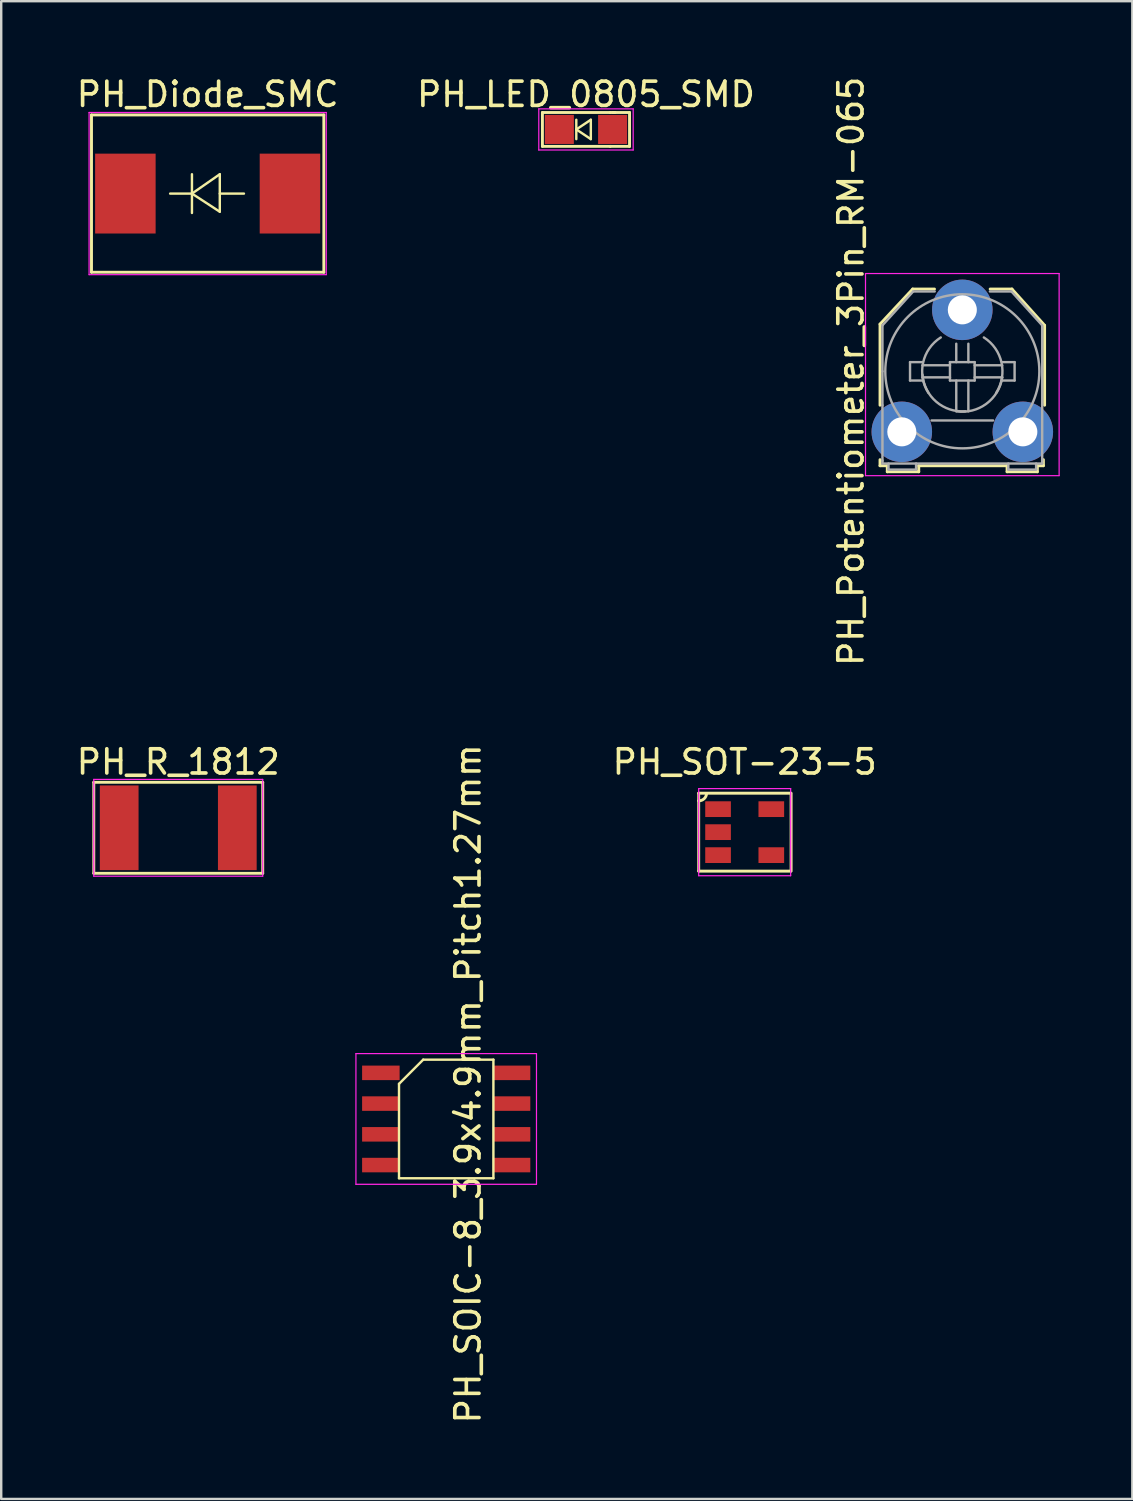
<source format=kicad_pcb>
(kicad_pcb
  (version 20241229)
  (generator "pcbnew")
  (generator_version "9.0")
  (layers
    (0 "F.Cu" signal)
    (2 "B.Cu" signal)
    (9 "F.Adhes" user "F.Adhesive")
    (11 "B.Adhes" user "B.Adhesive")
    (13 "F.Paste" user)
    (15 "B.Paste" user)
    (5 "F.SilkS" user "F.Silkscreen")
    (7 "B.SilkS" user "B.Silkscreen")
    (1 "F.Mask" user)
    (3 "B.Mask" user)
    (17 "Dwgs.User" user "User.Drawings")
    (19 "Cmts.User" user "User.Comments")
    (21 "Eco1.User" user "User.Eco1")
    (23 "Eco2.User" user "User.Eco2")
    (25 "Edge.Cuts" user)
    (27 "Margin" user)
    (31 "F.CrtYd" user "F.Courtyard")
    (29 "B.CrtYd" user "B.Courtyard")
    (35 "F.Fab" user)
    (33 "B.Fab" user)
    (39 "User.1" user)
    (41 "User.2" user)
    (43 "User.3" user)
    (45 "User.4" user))
  (footprint "PH_R_1812"
    (layer "F.Cu")
    (at 4.315 31.152)
    (property "Reference" "PH_R_1812" (at 0 -2.72 0) (layer "F.SilkS") (effects (font (size 1 1) (thickness 0.15))))
    (attr smd)
    (fp_line (start -3.49 -1.88) (end -3.49 1.88) (stroke (width 0.12) (type solid)) (layer "F.SilkS"))
    (fp_line (start -3.49 -1.88) (end 3.49 -1.88) (stroke (width 0.12) (type solid)) (layer "F.SilkS"))
    (fp_line (start -3.49 1.88) (end 3.49 1.88) (stroke (width 0.12) (type solid)) (layer "F.SilkS"))
    (fp_line (start 3.49 -1.88) (end 3.49 1.88) (stroke (width 0.12) (type solid)) (layer "F.SilkS"))
    (fp_line (start -3.49 -2) (end -3.49 2) (stroke (width 0.05) (type solid)) (layer "F.CrtYd"))
    (fp_line (start -3.49 -2) (end 3.49 -2) (stroke (width 0.05) (type solid)) (layer "F.CrtYd"))
    (fp_line (start 3.49 2) (end -3.49 2) (stroke (width 0.05) (type solid)) (layer "F.CrtYd"))
    (fp_line (start 3.49 2) (end 3.49 -2) (stroke (width 0.05) (type solid)) (layer "F.CrtYd"))
    (pad "1" smd rect (at -2.44 0) (size 1.6 3.5) (layers "F.Cu" "F.Mask" "F.Paste"))
    (pad "2" smd rect (at 2.44 0) (size 1.6 3.5) (layers "F.Cu" "F.Mask" "F.Paste")))
  (footprint "PH_LED_0805_SMD"
    (layer "F.Cu")
    (at 21.161 2.298)
    (property "Reference" "PH_LED_0805_SMD" (at 0 -1.45 0) (layer "F.SilkS") (effects (font (size 1 1) (thickness 0.15))))
    (attr smd)
    (fp_line (start -1.8 -0.7) (end -1.8 0.7) (stroke (width 0.12) (type solid)) (layer "F.SilkS"))
    (fp_line (start -1.8 -0.7) (end 1 -0.7) (stroke (width 0.12) (type solid)) (layer "F.SilkS"))
    (fp_line (start -1.8 0.7) (end 1 0.7) (stroke (width 0.12) (type solid)) (layer "F.SilkS"))
    (fp_line (start -0.4 -0.4) (end -0.4 0.4) (stroke (width 0.1) (type solid)) (layer "F.SilkS"))
    (fp_line (start -0.4 0) (end 0.2 -0.4) (stroke (width 0.1) (type solid)) (layer "F.SilkS"))
    (fp_line (start 0.2 -0.4) (end 0.2 0.4) (stroke (width 0.1) (type solid)) (layer "F.SilkS"))
    (fp_line (start 0.2 0.4) (end -0.4 0) (stroke (width 0.1) (type solid)) (layer "F.SilkS"))
    (fp_line (start 1 -0.7) (end 1.2 -0.7) (stroke (width 0.12) (type solid)) (layer "F.SilkS"))
    (fp_line (start 1.1 -0.7) (end 1.8 -0.7) (stroke (width 0.12) (type solid)) (layer "F.SilkS"))
    (fp_line (start 1.8 -0.7) (end 1.8 0.7) (stroke (width 0.12) (type solid)) (layer "F.SilkS"))
    (fp_line (start 1.8 0.7) (end 1 0.7) (stroke (width 0.12) (type solid)) (layer "F.SilkS"))
    (fp_line (start -1.95 -0.85) (end 1.95 -0.85) (stroke (width 0.05) (type solid)) (layer "F.CrtYd"))
    (fp_line (start -1.95 0.85) (end -1.95 -0.85) (stroke (width 0.05) (type solid)) (layer "F.CrtYd"))
    (fp_line (start 1.95 -0.85) (end 1.95 0.85) (stroke (width 0.05) (type solid)) (layer "F.CrtYd"))
    (fp_line (start 1.95 0.85) (end -1.95 0.85) (stroke (width 0.05) (type solid)) (layer "F.CrtYd"))
    (pad "1" smd rect (at -1.1 0 180) (size 1.2 1.2) (layers "F.Cu" "F.Mask" "F.Paste"))
    (pad "2" smd rect (at 1.1 0 180) (size 1.2 1.2) (layers "F.Cu" "F.Mask" "F.Paste")))
  (footprint "PH_Potentiometer_3Pin_RM-065"
    (layer "F.Cu")
    (at 36.71 12.292)
    (property "Reference" "PH_Potentiometer_3Pin_RM-065" (at -4.6 0 90) (layer "F.SilkS") (effects (font (size 1 1) (thickness 0.15))))
    (attr through_hole)
    (fp_line (start -3.4 -1.95) (end -2.05 -3.4) (stroke (width 0.12) (type solid)) (layer "F.SilkS"))
    (fp_line (start -3.4 1.4) (end -3.4 -1.95) (stroke (width 0.12) (type solid)) (layer "F.SilkS"))
    (fp_line (start -3.4 3.9) (end -3.4 3.65) (stroke (width 0.12) (type solid)) (layer "F.SilkS"))
    (fp_line (start -3.1 3.9) (end -3.4 3.9) (stroke (width 0.12) (type solid)) (layer "F.SilkS"))
    (fp_line (start -3.1 4.15) (end -3.1 3.9) (stroke (width 0.12) (type solid)) (layer "F.SilkS"))
    (fp_line (start -2.05 -3.4) (end -1.15 -3.4) (stroke (width 0.12) (type solid)) (layer "F.SilkS"))
    (fp_line (start -1.8 3.9) (end -1.8 4.15) (stroke (width 0.12) (type solid)) (layer "F.SilkS"))
    (fp_line (start -1.8 4.15) (end -3.1 4.15) (stroke (width 0.12) (type solid)) (layer "F.SilkS"))
    (fp_line (start 1.15 -3.4) (end 2.05 -3.4) (stroke (width 0.12) (type solid)) (layer "F.SilkS"))
    (fp_line (start 1.85 3.9) (end -1.8 3.9) (stroke (width 0.12) (type solid)) (layer "F.SilkS"))
    (fp_line (start 1.85 4.15) (end 1.85 3.9) (stroke (width 0.12) (type solid)) (layer "F.SilkS"))
    (fp_line (start 2.05 -3.4) (end 3.4 -1.9) (stroke (width 0.12) (type solid)) (layer "F.SilkS"))
    (fp_line (start 3.1 3.9) (end 3.1 4.15) (stroke (width 0.12) (type solid)) (layer "F.SilkS"))
    (fp_line (start 3.1 4.15) (end 1.85 4.15) (stroke (width 0.12) (type solid)) (layer "F.SilkS"))
    (fp_line (start 3.35 3.65) (end 3.35 3.9) (stroke (width 0.12) (type solid)) (layer "F.SilkS"))
    (fp_line (start 3.35 3.9) (end 3.1 3.9) (stroke (width 0.12) (type solid)) (layer "F.SilkS"))
    (fp_line (start 3.4 -1.9) (end 3.4 1.4) (stroke (width 0.12) (type solid)) (layer "F.SilkS"))
    (fp_line (start -4 -4.04) (end -4 4.31) (stroke (width 0.05) (type solid)) (layer "F.CrtYd"))
    (fp_line (start -4 -4.04) (end 4 -4.04) (stroke (width 0.05) (type solid)) (layer "F.CrtYd"))
    (fp_line (start 4 4.31) (end -4 4.31) (stroke (width 0.05) (type solid)) (layer "F.CrtYd"))
    (fp_line (start 4 4.31) (end 4 -4.04) (stroke (width 0.05) (type solid)) (layer "F.CrtYd"))
    (fp_line (start -3.3 -1.9) (end -3.3 0) (stroke (width 0.1) (type solid)) (layer "F.Fab"))
    (fp_line (start -3.3 0) (end -3.3 1.4) (stroke (width 0.1) (type solid)) (layer "F.Fab"))
    (fp_line (start -3.3 1.4) (end -3.3 3.7) (stroke (width 0.1) (type solid)) (layer "F.Fab"))
    (fp_line (start -3.3 3.81) (end -3.3 3.68) (stroke (width 0.1) (type solid)) (layer "F.Fab"))
    (fp_line (start -3.3 3.81) (end 3.3 3.81) (stroke (width 0.1) (type solid)) (layer "F.Fab"))
    (fp_line (start -3.05 3.81) (end -3.05 4.06) (stroke (width 0.1) (type solid)) (layer "F.Fab"))
    (fp_line (start -3.05 4.06) (end -1.91 4.06) (stroke (width 0.1) (type solid)) (layer "F.Fab"))
    (fp_line (start -2.16 -0.38) (end -2.16 0.38) (stroke (width 0.1) (type solid)) (layer "F.Fab"))
    (fp_line (start -2.16 0.38) (end -1.65 0.38) (stroke (width 0.1) (type solid)) (layer "F.Fab"))
    (fp_line (start -2.03 -3.3) (end -3.3 -1.9) (stroke (width 0.1) (type solid)) (layer "F.Fab"))
    (fp_line (start -1.91 4.06) (end -1.91 3.81) (stroke (width 0.1) (type solid)) (layer "F.Fab"))
    (fp_line (start -1.65 -0.38) (end -2.16 -0.38) (stroke (width 0.1) (type solid)) (layer "F.Fab"))
    (fp_line (start -1.27 2.03) (end 1.27 2.03) (stroke (width 0.1) (type solid)) (layer "F.Fab"))
    (fp_line (start -1.14 -3.3) (end -2.03 -3.3) (stroke (width 0.1) (type solid)) (layer "F.Fab"))
    (fp_line (start -0.51 -0.38) (end -0.51 0.38) (stroke (width 0.1) (type solid)) (layer "F.Fab"))
    (fp_line (start -0.51 -0.25) (end -1.65 -0.25) (stroke (width 0.1) (type solid)) (layer "F.Fab"))
    (fp_line (start -0.51 0.25) (end -1.65 0.25) (stroke (width 0.1) (type solid)) (layer "F.Fab"))
    (fp_line (start -0.51 0.38) (end 0.51 0.38) (stroke (width 0.1) (type solid)) (layer "F.Fab"))
    (fp_line (start -0.25 -0.38) (end -0.25 -1.14) (stroke (width 0.1) (type solid)) (layer "F.Fab"))
    (fp_line (start -0.25 0.38) (end -0.25 1.65) (stroke (width 0.1) (type solid)) (layer "F.Fab"))
    (fp_line (start 0.25 -0.38) (end 0.25 -1.14) (stroke (width 0.1) (type solid)) (layer "F.Fab"))
    (fp_line (start 0.25 0.38) (end 0.25 1.65) (stroke (width 0.1) (type solid)) (layer "F.Fab"))
    (fp_line (start 0.51 -0.38) (end -0.51 -0.38) (stroke (width 0.1) (type solid)) (layer "F.Fab"))
    (fp_line (start 0.51 -0.25) (end 1.65 -0.25) (stroke (width 0.1) (type solid)) (layer "F.Fab"))
    (fp_line (start 0.51 0.25) (end 1.65 0.25) (stroke (width 0.1) (type solid)) (layer "F.Fab"))
    (fp_line (start 0.51 0.38) (end 0.51 -0.38) (stroke (width 0.1) (type solid)) (layer "F.Fab"))
    (fp_line (start 1.65 -0.38) (end 2.16 -0.38) (stroke (width 0.1) (type solid)) (layer "F.Fab"))
    (fp_line (start 1.9 4.06) (end 1.9 3.81) (stroke (width 0.1) (type solid)) (layer "F.Fab"))
    (fp_line (start 2.03 -3.3) (end 1.14 -3.3) (stroke (width 0.1) (type solid)) (layer "F.Fab"))
    (fp_line (start 2.03 -3.3) (end 3.3 -1.9) (stroke (width 0.1) (type solid)) (layer "F.Fab"))
    (fp_line (start 2.16 -0.38) (end 2.16 0.38) (stroke (width 0.1) (type solid)) (layer "F.Fab"))
    (fp_line (start 2.16 0.38) (end 1.65 0.38) (stroke (width 0.1) (type solid)) (layer "F.Fab"))
    (fp_line (start 3.05 3.81) (end 3.05 4.06) (stroke (width 0.1) (type solid)) (layer "F.Fab"))
    (fp_line (start 3.05 4.06) (end 1.9 4.06) (stroke (width 0.1) (type solid)) (layer "F.Fab"))
    (fp_line (start 3.3 -1.9) (end 3.3 0) (stroke (width 0.1) (type solid)) (layer "F.Fab"))
    (fp_line (start 3.3 0) (end 3.3 1.4) (stroke (width 0.1) (type solid)) (layer "F.Fab"))
    (fp_line (start 3.3 3.7) (end 3.3 1.35) (stroke (width 0.1) (type solid)) (layer "F.Fab"))
    (fp_line (start 3.3 3.81) (end 3.3 3.68) (stroke (width 0.1) (type solid)) (layer "F.Fab"))
    (fp_arc (start -1.4 0.89) (mid -1.619275 -0.360624) (end -0.89 -1.4) (stroke (width 0.1) (type solid)) (layer "F.Fab"))
    (fp_arc (start 0.13 1.65) (mid -1.074802 1.25865) (end -1.65 0.13) (stroke (width 0.1) (type solid)) (layer "F.Fab"))
    (fp_arc (start 0.89 -1.4) (mid 1.619275 -0.360624) (end 1.4 0.89) (stroke (width 0.1) (type solid)) (layer "F.Fab"))
    (fp_arc (start 1.65 0.25) (mid 0.989949 1.343503) (end -0.25 1.65) (stroke (width 0.1) (type solid)) (layer "F.Fab"))
    (fp_circle (center 0 0) (end 2.2 2.3) (stroke (width 0.1) (type solid)) (fill no) (layer "F.Fab"))
    (pad "1" thru_hole circle (at -2.5 2.5) (size 2.5 2.5) (drill 1.2) (layers "*.Cu" "*.Mask"))
    (pad "2" thru_hole circle (at 0 -2.54) (size 2.5 2.5) (drill 1.2) (layers "*.Cu" "*.Mask"))
    (pad "3" thru_hole circle (at 2.5 2.5) (size 2.5 2.5) (drill 1.2) (layers "*.Cu" "*.Mask")))
  (footprint "PH_SOT-23-5"
    (layer "F.Cu")
    (at 27.718 31.332)
    (property "Reference" "PH_SOT-23-5" (at 0 -2.9 0) (layer "F.SilkS") (effects (font (size 1 1) (thickness 0.15))))
    (attr smd)
    (fp_line (start -1.9 -1.61) (end -1.9 1.61) (stroke (width 0.12) (type solid)) (layer "F.SilkS"))
    (fp_line (start -1.9 -1.61) (end 1.9 -1.61) (stroke (width 0.12) (type solid)) (layer "F.SilkS"))
    (fp_line (start -1.9 1.61) (end 1.9 1.61) (stroke (width 0.12) (type solid)) (layer "F.SilkS"))
    (fp_line (start 1.918 -1.61) (end 1.918 1.61) (stroke (width 0.12) (type solid)) (layer "F.SilkS"))
    (fp_arc (start -1.5748 -1.6002) (mid -1.676774 -1.379413) (end -1.905 -1.2954) (stroke (width 0.12) (type solid)) (layer "F.SilkS"))
    (fp_line (start -1.9 -1.8) (end 1.9 -1.8) (stroke (width 0.05) (type solid)) (layer "F.CrtYd"))
    (fp_line (start -1.9 1.8) (end -1.9 -1.8) (stroke (width 0.05) (type solid)) (layer "F.CrtYd"))
    (fp_line (start 1.9 -1.8) (end 1.9 1.8) (stroke (width 0.05) (type solid)) (layer "F.CrtYd"))
    (fp_line (start 1.9 1.8) (end -1.9 1.8) (stroke (width 0.05) (type solid)) (layer "F.CrtYd"))
    (pad "1" smd rect (at -1.1 -0.95) (size 1.06 0.65) (layers "F.Cu" "F.Mask" "F.Paste"))
    (pad "2" smd rect (at -1.1 0) (size 1.06 0.65) (layers "F.Cu" "F.Mask" "F.Paste"))
    (pad "3" smd rect (at -1.1 0.95) (size 1.06 0.65) (layers "F.Cu" "F.Mask" "F.Paste"))
    (pad "4" smd rect (at 1.1 0.95) (size 1.06 0.65) (layers "F.Cu" "F.Mask" "F.Paste"))
    (pad "5" smd rect (at 1.1 -0.95) (size 1.06 0.65) (layers "F.Cu" "F.Mask" "F.Paste")))
  (footprint "PH_SOIC-8_3.9x4.9mm_Pitch1.27mm"
    (layer "F.Cu")
    (at 15.386 43.182)
    (property "Reference" "PH_SOIC-8_3.9x4.9mm_Pitch1.27mm" (at 0.9 -1.45 90) (layer "F.SilkS") (effects (font (size 1 1) (thickness 0.15))))
    (attr smd)
    (fp_line (start -1.95 -1.45) (end -0.95 -2.45) (stroke (width 0.1) (type solid)) (layer "F.SilkS"))
    (fp_line (start -1.95 2.45) (end -1.95 -1.45) (stroke (width 0.1) (type solid)) (layer "F.SilkS"))
    (fp_line (start -0.95 -2.45) (end 1.95 -2.45) (stroke (width 0.1) (type solid)) (layer "F.SilkS"))
    (fp_line (start 1.95 -2.45) (end 1.95 2.45) (stroke (width 0.1) (type solid)) (layer "F.SilkS"))
    (fp_line (start 1.95 2.45) (end -1.95 2.45) (stroke (width 0.1) (type solid)) (layer "F.SilkS"))
    (fp_line (start -3.73 -2.7) (end -3.73 2.7) (stroke (width 0.05) (type solid)) (layer "F.CrtYd"))
    (fp_line (start -3.73 -2.7) (end 3.73 -2.7) (stroke (width 0.05) (type solid)) (layer "F.CrtYd"))
    (fp_line (start -3.73 2.7) (end 3.73 2.7) (stroke (width 0.05) (type solid)) (layer "F.CrtYd"))
    (fp_line (start 3.73 -2.7) (end 3.73 2.7) (stroke (width 0.05) (type solid)) (layer "F.CrtYd"))
    (pad "1" smd rect (at -2.7 -1.905) (size 1.55 0.6) (layers "F.Cu" "F.Mask" "F.Paste"))
    (pad "2" smd rect (at -2.7 -0.635) (size 1.55 0.6) (layers "F.Cu" "F.Mask" "F.Paste"))
    (pad "3" smd rect (at -2.7 0.635) (size 1.55 0.6) (layers "F.Cu" "F.Mask" "F.Paste"))
    (pad "4" smd rect (at -2.7 1.905) (size 1.55 0.6) (layers "F.Cu" "F.Mask" "F.Paste"))
    (pad "5" smd rect (at 2.7 1.905) (size 1.55 0.6) (layers "F.Cu" "F.Mask" "F.Paste"))
    (pad "6" smd rect (at 2.7 0.635) (size 1.55 0.6) (layers "F.Cu" "F.Mask" "F.Paste"))
    (pad "7" smd rect (at 2.7 -0.635) (size 1.55 0.6) (layers "F.Cu" "F.Mask" "F.Paste"))
    (pad "8" smd rect (at 2.7 -1.905) (size 1.55 0.6) (layers "F.Cu" "F.Mask" "F.Paste")))
  (footprint "PH_Diode_SMC"
    (layer "F.Cu")
    (at 5.53 4.948)
    (property "Reference" "PH_Diode_SMC" (at 0 -4.1 0) (layer "F.SilkS") (effects (font (size 1 1) (thickness 0.15))))
    (attr smd)
    (fp_line (start -4.8 -3.25) (end 4.8 -3.25) (stroke (width 0.12) (type solid)) (layer "F.SilkS"))
    (fp_line (start -4.8 3.25) (end -4.8 -3.25) (stroke (width 0.12) (type solid)) (layer "F.SilkS"))
    (fp_line (start -4.8 3.25) (end 4.8 3.25) (stroke (width 0.12) (type solid)) (layer "F.SilkS"))
    (fp_line (start -0.649 -0.799) (end -0.649 0.801) (stroke (width 0.1) (type solid)) (layer "F.SilkS"))
    (fp_line (start -0.649 0.001) (end -1.551 0.001) (stroke (width 0.1) (type solid)) (layer "F.SilkS"))
    (fp_line (start -0.649 0.001) (end 0.501 -0.799) (stroke (width 0.1) (type solid)) (layer "F.SilkS"))
    (fp_line (start -0.649 0.001) (end 0.501 0.75) (stroke (width 0.1) (type solid)) (layer "F.SilkS"))
    (fp_line (start 0.501 0.001) (end 1.499 0.001) (stroke (width 0.1) (type solid)) (layer "F.SilkS"))
    (fp_line (start 0.501 0.75) (end 0.501 -0.799) (stroke (width 0.1) (type solid)) (layer "F.SilkS"))
    (fp_line (start 4.8 -3.25) (end 4.8 3.25) (stroke (width 0.12) (type solid)) (layer "F.SilkS"))
    (fp_line (start -4.9 -3.35) (end 4.9 -3.35) (stroke (width 0.05) (type solid)) (layer "F.CrtYd"))
    (fp_line (start -4.9 3.35) (end -4.9 -3.35) (stroke (width 0.05) (type solid)) (layer "F.CrtYd"))
    (fp_line (start 4.9 -3.35) (end 4.9 3.35) (stroke (width 0.05) (type solid)) (layer "F.CrtYd"))
    (fp_line (start 4.9 3.35) (end -4.9 3.35) (stroke (width 0.05) (type solid)) (layer "F.CrtYd"))
    (pad "1" smd rect (at -3.4 0 90) (size 3.3 2.5) (layers "F.Cu" "F.Mask" "F.Paste"))
    (pad "2" smd rect (at 3.4 0 90) (size 3.3 2.5) (layers "F.Cu" "F.Mask" "F.Paste")))
  (gr_rect
    (start -3 -3)
    (end 43.735 58.881)
    (stroke (width 0.1) (type default))
    (fill no)
    (layer "Edge.Cuts")))
</source>
